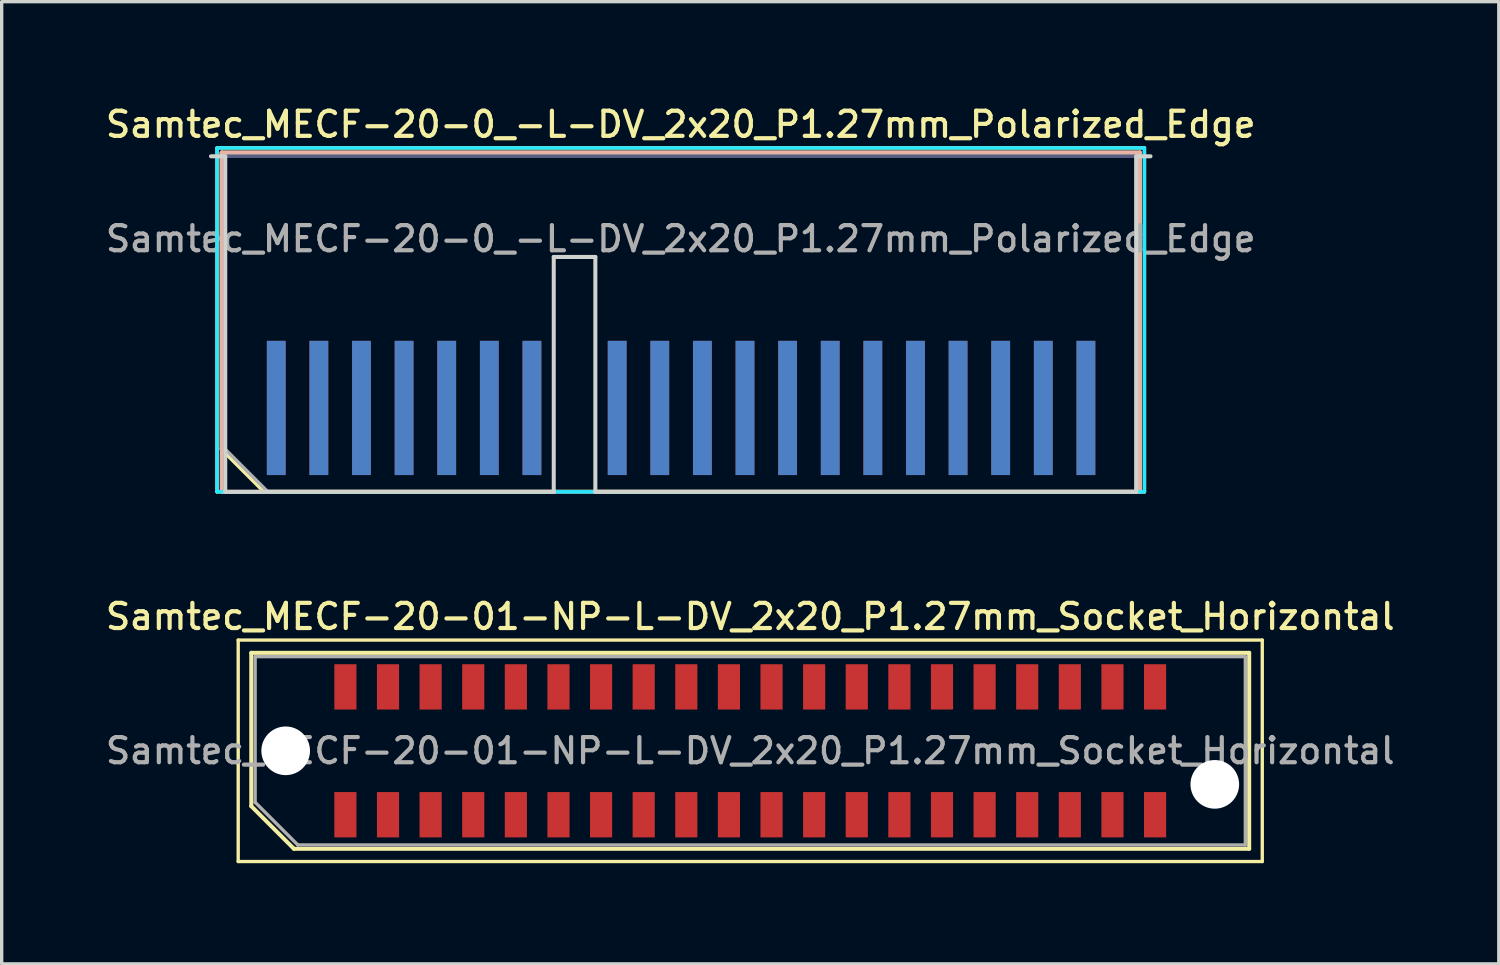
<source format=kicad_pcb>
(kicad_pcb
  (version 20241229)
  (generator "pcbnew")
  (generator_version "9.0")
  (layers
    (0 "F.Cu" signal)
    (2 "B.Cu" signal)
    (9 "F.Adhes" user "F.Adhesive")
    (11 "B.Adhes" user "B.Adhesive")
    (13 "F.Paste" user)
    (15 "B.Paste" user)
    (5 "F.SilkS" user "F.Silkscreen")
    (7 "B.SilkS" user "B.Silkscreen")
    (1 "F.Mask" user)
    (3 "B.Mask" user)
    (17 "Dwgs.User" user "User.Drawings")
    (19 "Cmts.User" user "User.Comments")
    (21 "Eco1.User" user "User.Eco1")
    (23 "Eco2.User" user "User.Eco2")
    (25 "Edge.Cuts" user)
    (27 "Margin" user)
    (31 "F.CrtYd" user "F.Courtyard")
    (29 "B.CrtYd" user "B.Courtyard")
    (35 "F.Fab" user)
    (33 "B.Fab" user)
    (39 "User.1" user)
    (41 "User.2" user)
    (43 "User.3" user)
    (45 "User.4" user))
  (footprint "Samtec_MECF-20-0_-L-DV_2x20_P1.27mm_Polarized_Edge"
    (layer "F.Cu")
    (at 17.238 6.608)
    (property "Reference" "Samtec_MECF-20-0_-L-DV_2x20_P1.27mm_Polarized_Edge" (at 0 -5.95 0) (layer "F.SilkS") (effects (font (size 0.75 0.75) (thickness 0.125))))
    (attr exclude_from_pos_files exclude_from_bom)
    (fp_line (start -13.82 -5.25) (end -13.82 5) (stroke (width 0.1) (type solid)) (layer "F.SilkS"))
    (fp_line (start -13.82 5) (end 13.82 5) (stroke (width 0.1) (type solid)) (layer "F.SilkS"))
    (fp_line (start -13.68 -5.11) (end 13.68 -5.11) (stroke (width 0.12) (type solid)) (layer "F.SilkS"))
    (fp_line (start -13.68 3.73) (end -13.68 -5.11) (stroke (width 0.12) (type solid)) (layer "F.SilkS"))
    (fp_line (start -12.41 5) (end -13.68 3.73) (stroke (width 0.12) (type solid)) (layer "F.SilkS"))
    (fp_line (start -12.41 5) (end 13.68 5) (stroke (width 0.12) (type solid)) (layer "F.SilkS"))
    (fp_line (start 13.68 5) (end 13.68 -5.11) (stroke (width 0.12) (type solid)) (layer "F.SilkS"))
    (fp_line (start 13.82 -5.25) (end -13.82 -5.25) (stroke (width 0.1) (type solid)) (layer "F.SilkS"))
    (fp_line (start 13.82 5) (end 13.82 -5.25) (stroke (width 0.1) (type solid)) (layer "F.SilkS"))
    (fp_line (start -13.68 -5.11) (end 13.68 -5.11) (stroke (width 0.12) (type solid)) (layer "B.SilkS"))
    (fp_line (start -13.68 5) (end -13.68 -5.11) (stroke (width 0.12) (type solid)) (layer "B.SilkS"))
    (fp_line (start -13.68 5) (end 13.68 5) (stroke (width 0.12) (type solid)) (layer "B.SilkS"))
    (fp_line (start 13.68 5) (end 13.68 -5.11) (stroke (width 0.12) (type solid)) (layer "B.SilkS"))
    (fp_line (start -14 -5) (end -13.575 -5) (stroke (width 0.12) (type solid)) (layer "Edge.Cuts"))
    (fp_line (start -13.575 5) (end -13.575 -5) (stroke (width 0.12) (type solid)) (layer "Edge.Cuts"))
    (fp_line (start -13.575 5) (end -3.785 5) (stroke (width 0.12) (type solid)) (layer "Edge.Cuts"))
    (fp_line (start -3.785 -2) (end -2.545 -2) (stroke (width 0.12) (type solid)) (layer "Edge.Cuts"))
    (fp_line (start -3.785 5) (end -3.785 -2) (stroke (width 0.12) (type solid)) (layer "Edge.Cuts"))
    (fp_line (start -2.545 5) (end -2.545 -2) (stroke (width 0.12) (type solid)) (layer "Edge.Cuts"))
    (fp_line (start -2.545 5) (end 13.575 5) (stroke (width 0.12) (type solid)) (layer "Edge.Cuts"))
    (fp_line (start 13.575 5) (end 13.575 -5) (stroke (width 0.12) (type solid)) (layer "Edge.Cuts"))
    (fp_line (start 14 -5) (end 13.575 -5) (stroke (width 0.12) (type solid)) (layer "Edge.Cuts"))
    (fp_line (start -13.82 -5.25) (end -13.82 5) (stroke (width 0.1) (type solid)) (layer "B.CrtYd"))
    (fp_line (start -13.82 5) (end 13.82 5) (stroke (width 0.1) (type solid)) (layer "B.CrtYd"))
    (fp_line (start 13.82 -5.25) (end -13.82 -5.25) (stroke (width 0.1) (type solid)) (layer "B.CrtYd"))
    (fp_line (start 13.82 5) (end 13.82 -5.25) (stroke (width 0.1) (type solid)) (layer "B.CrtYd"))
    (fp_line (start -13.575 -5) (end 13.575 -5) (stroke (width 0.1) (type solid)) (layer "B.Fab"))
    (fp_line (start -13.575 5) (end -13.575 -5) (stroke (width 0.1) (type solid)) (layer "B.Fab"))
    (fp_line (start -13.575 5) (end 13.575 5) (stroke (width 0.1) (type solid)) (layer "B.Fab"))
    (fp_line (start 13.575 5) (end 13.575 -5) (stroke (width 0.1) (type solid)) (layer "B.Fab"))
    (fp_line (start -13.575 -5) (end 13.575 -5) (stroke (width 0.1) (type solid)) (layer "F.Fab"))
    (fp_line (start -13.575 3.73) (end -13.575 -5) (stroke (width 0.1) (type solid)) (layer "F.Fab"))
    (fp_line (start -13.575 3.73) (end -12.305 5) (stroke (width 0.1) (type solid)) (layer "F.Fab"))
    (fp_line (start -12.305 5) (end 13.575 5) (stroke (width 0.1) (type solid)) (layer "F.Fab"))
    (fp_line (start 13.575 5) (end 13.575 -5) (stroke (width 0.1) (type solid)) (layer "F.Fab"))
    (fp_text user "${REFERENCE}" (at 0 -2.54 0) (layer "F.Fab") (effects (font (size 0.75 0.75) (thickness 0.125))))
    (pad "1" connect rect (at -12.055 2.5) (size 0.56 4) (layers "F.Cu" "F.Mask"))
    (pad "2" connect rect (at -12.055 2.5) (size 0.56 4) (layers "B.Cu" "B.Mask"))
    (pad "3" connect rect (at -10.785 2.5) (size 0.56 4) (layers "F.Cu" "F.Mask"))
    (pad "4" connect rect (at -10.785 2.5) (size 0.56 4) (layers "B.Cu" "B.Mask"))
    (pad "5" connect rect (at -9.515 2.5) (size 0.56 4) (layers "F.Cu" "F.Mask"))
    (pad "6" connect rect (at -9.515 2.5) (size 0.56 4) (layers "B.Cu" "B.Mask"))
    (pad "7" connect rect (at -8.245 2.5) (size 0.56 4) (layers "F.Cu" "F.Mask"))
    (pad "8" connect rect (at -8.245 2.5) (size 0.56 4) (layers "B.Cu" "B.Mask"))
    (pad "9" connect rect (at -6.975 2.5) (size 0.56 4) (layers "F.Cu" "F.Mask"))
    (pad "10" connect rect (at -6.975 2.5) (size 0.56 4) (layers "B.Cu" "B.Mask"))
    (pad "11" connect rect (at -5.705 2.5) (size 0.56 4) (layers "F.Cu" "F.Mask"))
    (pad "12" connect rect (at -5.705 2.5) (size 0.56 4) (layers "B.Cu" "B.Mask"))
    (pad "13" connect rect (at -4.435 2.5) (size 0.56 4) (layers "F.Cu" "F.Mask"))
    (pad "14" connect rect (at -4.435 2.5) (size 0.56 4) (layers "B.Cu" "B.Mask"))
    (pad "17" connect rect (at -1.895 2.5) (size 0.56 4) (layers "F.Cu" "F.Mask"))
    (pad "18" connect rect (at -1.895 2.5) (size 0.56 4) (layers "B.Cu" "B.Mask"))
    (pad "19" connect rect (at -0.625 2.5) (size 0.56 4) (layers "F.Cu" "F.Mask"))
    (pad "20" connect rect (at -0.625 2.5) (size 0.56 4) (layers "B.Cu" "B.Mask"))
    (pad "21" connect rect (at 0.645 2.5) (size 0.56 4) (layers "F.Cu" "F.Mask"))
    (pad "22" connect rect (at 0.645 2.5) (size 0.56 4) (layers "B.Cu" "B.Mask"))
    (pad "23" connect rect (at 1.915 2.5) (size 0.56 4) (layers "F.Cu" "F.Mask"))
    (pad "24" connect rect (at 1.915 2.5) (size 0.56 4) (layers "B.Cu" "B.Mask"))
    (pad "25" connect rect (at 3.185 2.5) (size 0.56 4) (layers "F.Cu" "F.Mask"))
    (pad "26" connect rect (at 3.185 2.5) (size 0.56 4) (layers "B.Cu" "B.Mask"))
    (pad "27" connect rect (at 4.455 2.5) (size 0.56 4) (layers "F.Cu" "F.Mask"))
    (pad "28" connect rect (at 4.455 2.5) (size 0.56 4) (layers "B.Cu" "B.Mask"))
    (pad "29" connect rect (at 5.725 2.5) (size 0.56 4) (layers "F.Cu" "F.Mask"))
    (pad "30" connect rect (at 5.725 2.5) (size 0.56 4) (layers "B.Cu" "B.Mask"))
    (pad "31" connect rect (at 6.995 2.5) (size 0.56 4) (layers "F.Cu" "F.Mask"))
    (pad "32" connect rect (at 6.995 2.5) (size 0.56 4) (layers "B.Cu" "B.Mask"))
    (pad "33" connect rect (at 8.265 2.5) (size 0.56 4) (layers "F.Cu" "F.Mask"))
    (pad "34" connect rect (at 8.265 2.5) (size 0.56 4) (layers "B.Cu" "B.Mask"))
    (pad "35" connect rect (at 9.535 2.5) (size 0.56 4) (layers "F.Cu" "F.Mask"))
    (pad "36" connect rect (at 9.535 2.5) (size 0.56 4) (layers "B.Cu" "B.Mask"))
    (pad "37" connect rect (at 10.805 2.5) (size 0.56 4) (layers "F.Cu" "F.Mask"))
    (pad "38" connect rect (at 10.805 2.5) (size 0.56 4) (layers "B.Cu" "B.Mask"))
    (pad "39" connect rect (at 12.075 2.5) (size 0.56 4) (layers "F.Cu" "F.Mask"))
    (pad "40" connect rect (at 12.075 2.5) (size 0.56 4) (layers "B.Cu" "B.Mask")))
  (footprint "Samtec_MECF-20-01-NP-L-DV_2x20_P1.27mm_Socket_Horizontal"
    (layer "F.Cu")
    (at 19.309 19.326)
    (property "Reference" "Samtec_MECF-20-01-NP-L-DV_2x20_P1.27mm_Socket_Horizontal" (at 0 -4 0) (layer "F.SilkS") (effects (font (size 0.75 0.75) (thickness 0.125))))
    (attr smd)
    (fp_line (start -15.26 -3.3) (end -15.26 3.3) (stroke (width 0.1) (type solid)) (layer "F.SilkS"))
    (fp_line (start -15.26 3.3) (end 15.26 3.3) (stroke (width 0.1) (type solid)) (layer "F.SilkS"))
    (fp_line (start -14.87 -2.92) (end 14.87 -2.92) (stroke (width 0.12) (type solid)) (layer "F.SilkS"))
    (fp_line (start -14.87 1.65) (end -14.87 -2.92) (stroke (width 0.12) (type solid)) (layer "F.SilkS"))
    (fp_line (start -13.6 2.92) (end -14.87 1.65) (stroke (width 0.12) (type solid)) (layer "F.SilkS"))
    (fp_line (start -13.6 2.92) (end 14.87 2.92) (stroke (width 0.12) (type solid)) (layer "F.SilkS"))
    (fp_line (start 14.87 2.92) (end 14.87 -2.92) (stroke (width 0.12) (type solid)) (layer "F.SilkS"))
    (fp_line (start 15.26 -3.3) (end -15.26 -3.3) (stroke (width 0.1) (type solid)) (layer "F.SilkS"))
    (fp_line (start 15.26 3.3) (end 15.26 -3.3) (stroke (width 0.1) (type solid)) (layer "F.SilkS"))
    (fp_line (start -14.755 -2.805) (end 14.755 -2.805) (stroke (width 0.1) (type solid)) (layer "F.Fab"))
    (fp_line (start -14.755 1.535) (end -14.755 -2.805) (stroke (width 0.1) (type solid)) (layer "F.Fab"))
    (fp_line (start -14.755 1.535) (end -13.485 2.805) (stroke (width 0.1) (type solid)) (layer "F.Fab"))
    (fp_line (start -13.485 2.805) (end 14.755 2.805) (stroke (width 0.1) (type solid)) (layer "F.Fab"))
    (fp_line (start 14.755 2.805) (end 14.755 -2.805) (stroke (width 0.1) (type solid)) (layer "F.Fab"))
    (fp_text user "${REFERENCE}" (at 0 0 0) (layer "F.Fab") (effects (font (size 0.75 0.75) (thickness 0.125))))
    (pad "" np_thru_hole circle (at -13.845 0) (size 1.45 1.45) (drill 1.45) (layers "*.Cu" "*.Mask"))
    (pad "" np_thru_hole circle (at 13.845 1) (size 1.45 1.45) (drill 1.45) (layers "*.Cu" "*.Mask"))
    (pad "1" smd rect (at -12.065 1.905) (size 0.66 1.35) (layers "F.Cu" "F.Mask" "F.Paste"))
    (pad "2" smd rect (at -12.065 -1.905) (size 0.66 1.35) (layers "F.Cu" "F.Mask" "F.Paste"))
    (pad "3" smd rect (at -10.795 1.905) (size 0.66 1.35) (layers "F.Cu" "F.Mask" "F.Paste"))
    (pad "4" smd rect (at -10.795 -1.905) (size 0.66 1.35) (layers "F.Cu" "F.Mask" "F.Paste"))
    (pad "5" smd rect (at -9.525 1.905) (size 0.66 1.35) (layers "F.Cu" "F.Mask" "F.Paste"))
    (pad "6" smd rect (at -9.525 -1.905) (size 0.66 1.35) (layers "F.Cu" "F.Mask" "F.Paste"))
    (pad "7" smd rect (at -8.255 1.905) (size 0.66 1.35) (layers "F.Cu" "F.Mask" "F.Paste"))
    (pad "8" smd rect (at -8.255 -1.905) (size 0.66 1.35) (layers "F.Cu" "F.Mask" "F.Paste"))
    (pad "9" smd rect (at -6.985 1.905) (size 0.66 1.35) (layers "F.Cu" "F.Mask" "F.Paste"))
    (pad "10" smd rect (at -6.985 -1.905) (size 0.66 1.35) (layers "F.Cu" "F.Mask" "F.Paste"))
    (pad "11" smd rect (at -5.715 1.905) (size 0.66 1.35) (layers "F.Cu" "F.Mask" "F.Paste"))
    (pad "12" smd rect (at -5.715 -1.905) (size 0.66 1.35) (layers "F.Cu" "F.Mask" "F.Paste"))
    (pad "13" smd rect (at -4.445 1.905) (size 0.66 1.35) (layers "F.Cu" "F.Mask" "F.Paste"))
    (pad "14" smd rect (at -4.445 -1.905) (size 0.66 1.35) (layers "F.Cu" "F.Mask" "F.Paste"))
    (pad "15" smd rect (at -3.175 1.905) (size 0.66 1.35) (layers "F.Cu" "F.Mask" "F.Paste"))
    (pad "16" smd rect (at -3.175 -1.905) (size 0.66 1.35) (layers "F.Cu" "F.Mask" "F.Paste"))
    (pad "17" smd rect (at -1.905 1.905) (size 0.66 1.35) (layers "F.Cu" "F.Mask" "F.Paste"))
    (pad "18" smd rect (at -1.905 -1.905) (size 0.66 1.35) (layers "F.Cu" "F.Mask" "F.Paste"))
    (pad "19" smd rect (at -0.635 1.905) (size 0.66 1.35) (layers "F.Cu" "F.Mask" "F.Paste"))
    (pad "20" smd rect (at -0.635 -1.905) (size 0.66 1.35) (layers "F.Cu" "F.Mask" "F.Paste"))
    (pad "21" smd rect (at 0.635 1.905) (size 0.66 1.35) (layers "F.Cu" "F.Mask" "F.Paste"))
    (pad "22" smd rect (at 0.635 -1.905) (size 0.66 1.35) (layers "F.Cu" "F.Mask" "F.Paste"))
    (pad "23" smd rect (at 1.905 1.905) (size 0.66 1.35) (layers "F.Cu" "F.Mask" "F.Paste"))
    (pad "24" smd rect (at 1.905 -1.905) (size 0.66 1.35) (layers "F.Cu" "F.Mask" "F.Paste"))
    (pad "25" smd rect (at 3.175 1.905) (size 0.66 1.35) (layers "F.Cu" "F.Mask" "F.Paste"))
    (pad "26" smd rect (at 3.175 -1.905) (size 0.66 1.35) (layers "F.Cu" "F.Mask" "F.Paste"))
    (pad "27" smd rect (at 4.445 1.905) (size 0.66 1.35) (layers "F.Cu" "F.Mask" "F.Paste"))
    (pad "28" smd rect (at 4.445 -1.905) (size 0.66 1.35) (layers "F.Cu" "F.Mask" "F.Paste"))
    (pad "29" smd rect (at 5.715 1.905) (size 0.66 1.35) (layers "F.Cu" "F.Mask" "F.Paste"))
    (pad "30" smd rect (at 5.715 -1.905) (size 0.66 1.35) (layers "F.Cu" "F.Mask" "F.Paste"))
    (pad "31" smd rect (at 6.985 1.905) (size 0.66 1.35) (layers "F.Cu" "F.Mask" "F.Paste"))
    (pad "32" smd rect (at 6.985 -1.905) (size 0.66 1.35) (layers "F.Cu" "F.Mask" "F.Paste"))
    (pad "33" smd rect (at 8.255 1.905) (size 0.66 1.35) (layers "F.Cu" "F.Mask" "F.Paste"))
    (pad "34" smd rect (at 8.255 -1.905) (size 0.66 1.35) (layers "F.Cu" "F.Mask" "F.Paste"))
    (pad "35" smd rect (at 9.525 1.905) (size 0.66 1.35) (layers "F.Cu" "F.Mask" "F.Paste"))
    (pad "36" smd rect (at 9.525 -1.905) (size 0.66 1.35) (layers "F.Cu" "F.Mask" "F.Paste"))
    (pad "37" smd rect (at 10.795 1.905) (size 0.66 1.35) (layers "F.Cu" "F.Mask" "F.Paste"))
    (pad "38" smd rect (at 10.795 -1.905) (size 0.66 1.35) (layers "F.Cu" "F.Mask" "F.Paste"))
    (pad "39" smd rect (at 12.065 1.905) (size 0.66 1.35) (layers "F.Cu" "F.Mask" "F.Paste"))
    (pad "40" smd rect (at 12.065 -1.905) (size 0.66 1.35) (layers "F.Cu" "F.Mask" "F.Paste")))
  (gr_rect
    (start -3 -3)
    (end 41.618 25.676)
    (stroke (width 0.1) (type default))
    (fill no)
    (layer "Edge.Cuts")))
</source>
